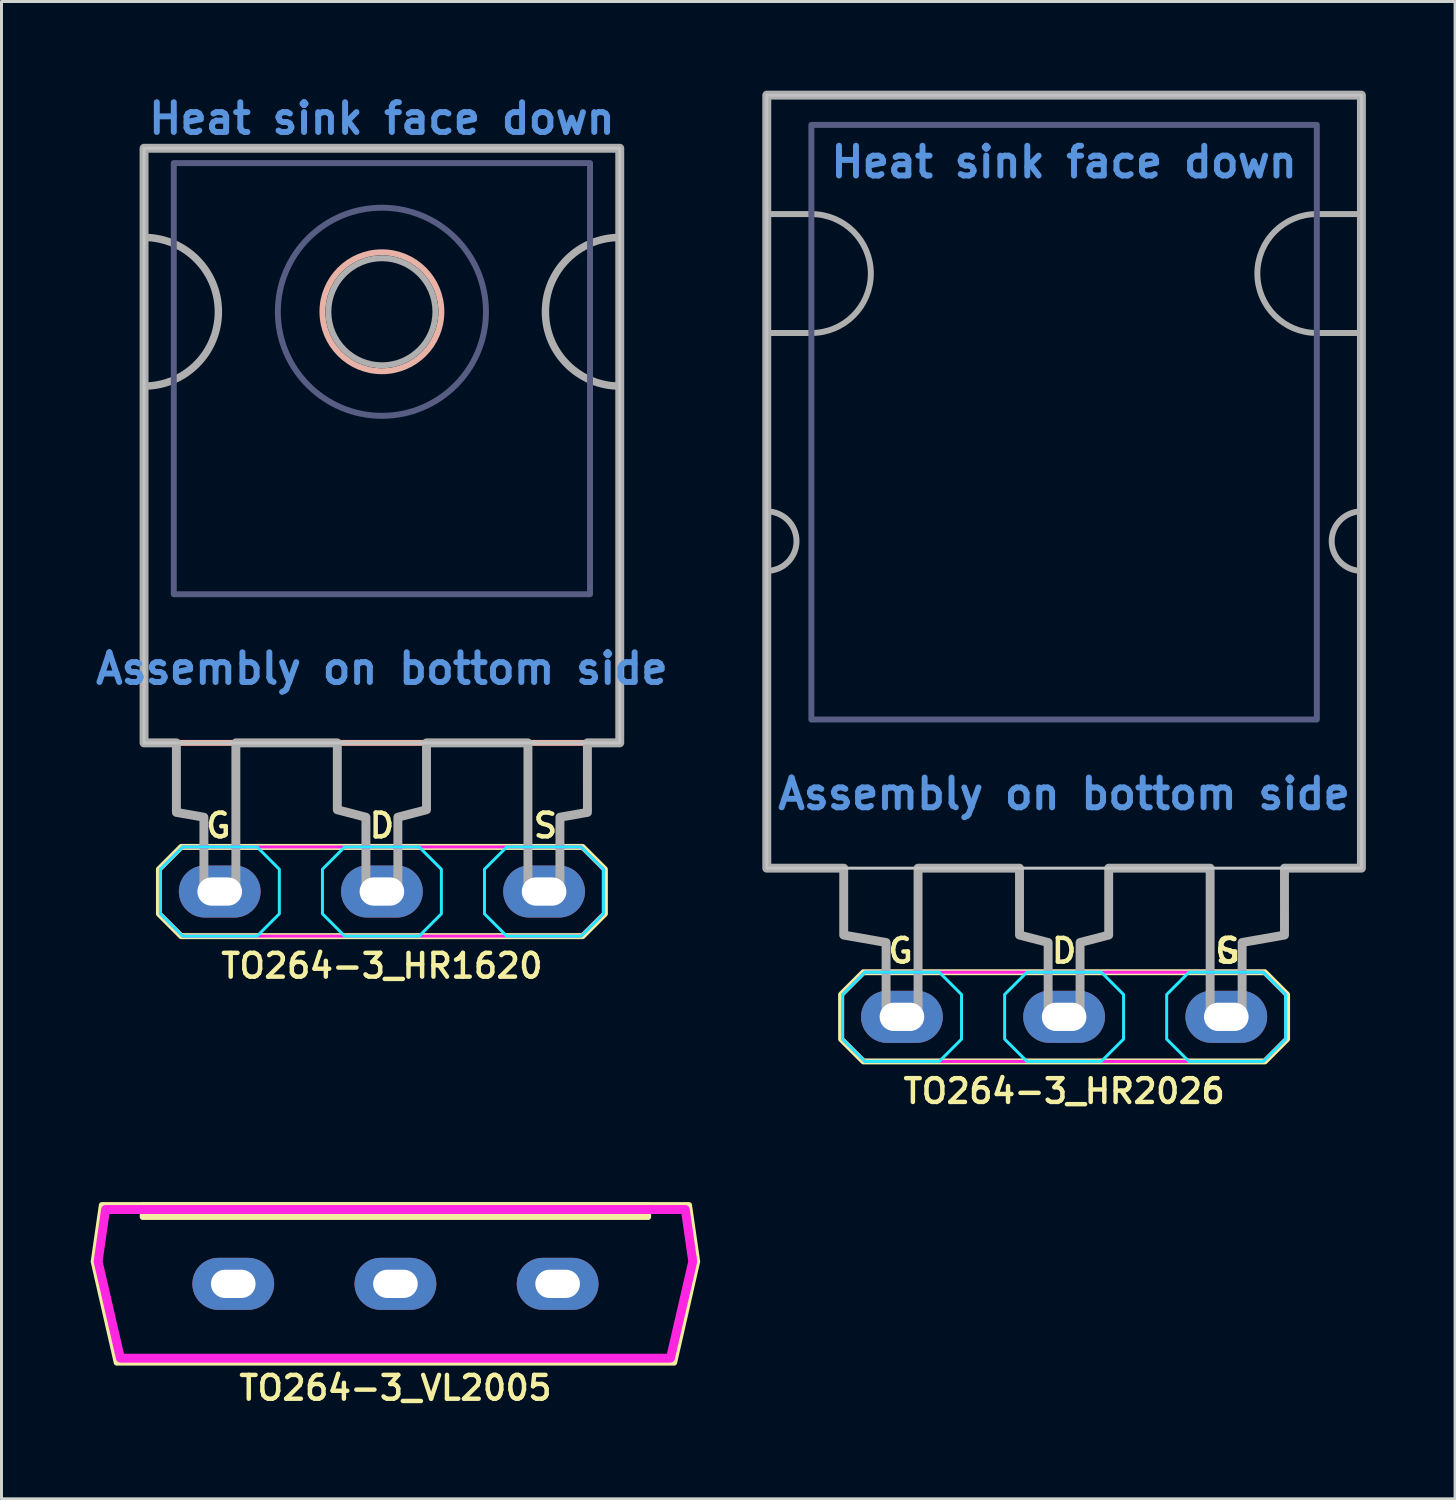
<source format=kicad_pcb>
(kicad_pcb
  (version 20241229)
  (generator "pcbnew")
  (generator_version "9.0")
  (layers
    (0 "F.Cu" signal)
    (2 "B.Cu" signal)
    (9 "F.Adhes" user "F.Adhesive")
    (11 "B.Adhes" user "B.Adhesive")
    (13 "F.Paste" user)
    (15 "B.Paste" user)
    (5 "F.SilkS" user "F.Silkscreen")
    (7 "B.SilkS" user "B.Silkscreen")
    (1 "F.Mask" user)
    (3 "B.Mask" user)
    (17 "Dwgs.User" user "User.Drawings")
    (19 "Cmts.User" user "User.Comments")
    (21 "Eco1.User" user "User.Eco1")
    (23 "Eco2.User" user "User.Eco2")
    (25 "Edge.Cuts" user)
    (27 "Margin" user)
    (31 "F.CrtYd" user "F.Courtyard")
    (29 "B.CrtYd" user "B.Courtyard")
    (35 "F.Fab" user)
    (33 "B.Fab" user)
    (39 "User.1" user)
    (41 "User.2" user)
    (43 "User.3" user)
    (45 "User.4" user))
  (footprint "TO264-3_HR2026"
    (layer "F.Cu")
    (at 32.74 31.15)
    (property "Reference" "TO264-3_HR2026" (at 0 2.5 0) (unlocked yes) (layer "F.SilkS") (effects (font (size 0.8 0.8) (thickness 0.15))))
    (attr through_hole)
    (fp_poly (pts (xy -7.5 -0.75) (xy -6.75 -1.5) (xy 6.75 -1.5) (xy 7.5 -0.75) (xy 7.5 0.75) (xy 6.75 1.5) (xy -6.75 1.5) (xy -7.5 0.75)) (stroke (width 0.2) (type solid)) (fill no) (layer "F.SilkS"))
    (fp_line (start -7.425 -2.75) (end -7.425 -3.75) (stroke (width 0.2) (type default)) (layer "B.SilkS"))
    (fp_line (start -6 -2.5) (end -7.425 -2.75) (stroke (width 0.2) (type default)) (layer "B.SilkS"))
    (fp_line (start -6 -1.25) (end -6 -2.5) (stroke (width 0.2) (type default)) (layer "B.SilkS"))
    (fp_line (start -4.9 -1.25) (end -4.9 -3.75) (stroke (width 0.2) (type default)) (layer "B.SilkS"))
    (fp_line (start -1.5 -2.75) (end -1.5 -3.75) (stroke (width 0.2) (type default)) (layer "B.SilkS"))
    (fp_line (start -0.55 -2.5) (end -1.5 -2.75) (stroke (width 0.2) (type default)) (layer "B.SilkS"))
    (fp_line (start -0.55 -1.25) (end -0.55 -2.5) (stroke (width 0.2) (type default)) (layer "B.SilkS"))
    (fp_line (start 0.55 -2.5) (end 1.5 -2.75) (stroke (width 0.2) (type default)) (layer "B.SilkS"))
    (fp_line (start 0.55 -1.25) (end 0.55 -2.5) (stroke (width 0.2) (type default)) (layer "B.SilkS"))
    (fp_line (start 1.5 -2.75) (end 1.5 -3.75) (stroke (width 0.2) (type default)) (layer "B.SilkS"))
    (fp_line (start 4.9 -1.25) (end 4.9 -3.75) (stroke (width 0.2) (type default)) (layer "B.SilkS"))
    (fp_line (start 6 -2.5) (end 7.425 -2.75) (stroke (width 0.2) (type default)) (layer "B.SilkS"))
    (fp_line (start 6 -1.25) (end 6 -2.5) (stroke (width 0.2) (type default)) (layer "B.SilkS"))
    (fp_line (start 7.425 -2.75) (end 7.425 -3.75) (stroke (width 0.2) (type default)) (layer "B.SilkS"))
    (fp_line (start -0.25 0) (end 0.25 0) (stroke (width 0.1) (type default)) (layer "Dwgs.User"))
    (fp_line (start 0 -0.25) (end 0 0.25) (stroke (width 0.1) (type default)) (layer "Dwgs.User"))
    (fp_poly (pts (xy 10 -5) (xy -10 -5) (xy -10 -31) (xy 10 -31)) (stroke (width 0.1) (type default)) (fill no) (layer "Dwgs.User"))
    (fp_poly (pts (xy -7.45 -0.75) (xy -6.7 -1.5) (xy -4.2 -1.5) (xy -3.45 -0.75) (xy -3.45 0.75) (xy -4.2 1.5) (xy -6.7 1.5) (xy -7.45 0.75)) (stroke (width 0.1) (type solid)) (fill no) (layer "B.CrtYd"))
    (fp_poly (pts (xy -2 -0.75) (xy -1.25 -1.5) (xy 1.25 -1.5) (xy 2 -0.75) (xy 2 0.75) (xy 1.25 1.5) (xy -1.25 1.5) (xy -2 0.75)) (stroke (width 0.1) (type solid)) (fill no) (layer "B.CrtYd"))
    (fp_poly (pts (xy 3.45 -0.75) (xy 4.2 -1.5) (xy 6.7 -1.5) (xy 7.45 -0.75) (xy 7.45 0.75) (xy 6.7 1.5) (xy 4.2 1.5) (xy 3.45 0.75)) (stroke (width 0.1) (type solid)) (fill no) (layer "B.CrtYd"))
    (fp_poly (pts (xy -7.45 -0.75) (xy -6.7 -1.5) (xy 6.7 -1.5) (xy 7.45 -0.75) (xy 7.45 0.75) (xy 6.7 1.5) (xy -6.7 1.5) (xy -7.45 0.75)) (stroke (width 0.1) (type solid)) (fill no) (layer "F.CrtYd"))
    (fp_rect (start -8.5 -30) (end 8.5 -10) (stroke (width 0.2) (type solid)) (fill no) (layer "B.Fab"))
    (fp_line (start -8.5 -27) (end -10 -27) (stroke (width 0.2) (type default)) (layer "F.Fab"))
    (fp_line (start -8.5 -23) (end -10 -23) (stroke (width 0.2) (type default)) (layer "F.Fab"))
    (fp_line (start 8.5 -27) (end 10 -27) (stroke (width 0.2) (type default)) (layer "F.Fab"))
    (fp_line (start 8.5 -23) (end 10 -23) (stroke (width 0.2) (type default)) (layer "F.Fab"))
    (fp_arc (start -10 -17) (mid -9 -16) (end -10 -15) (stroke (width 0.2) (type default)) (layer "F.Fab"))
    (fp_arc (start -8.5 -27) (mid -6.5 -25) (end -8.5 -23) (stroke (width 0.2) (type default)) (layer "F.Fab"))
    (fp_arc (start 8.5 -23) (mid 6.5 -25) (end 8.5 -27) (stroke (width 0.2) (type default)) (layer "F.Fab"))
    (fp_arc (start 10 -15) (mid 9 -16) (end 10 -17) (stroke (width 0.2) (type default)) (layer "F.Fab"))
    (fp_poly (pts (xy 10 -31) (xy 10 -5) (xy 7.412 -5) (xy 7.413 -2.75) (xy 5.988 -2.5) (xy 5.987 0) (xy 4.912 0) (xy 4.912 -5) (xy 1.5 -5) (xy 1.5 -2.75) (xy 0.537 -2.5) (xy 0.537 0.000001) (xy -0.537 -0.000001) (xy -0.537 -2.5) (xy -1.5 -2.75) (xy -1.5 -5) (xy -4.912 -5) (xy -4.912 0) (xy -5.987 0) (xy -5.987 -2.5) (xy -7.412 -2.75) (xy -7.412 -5) (xy -10 -5) (xy -10 -31)) (stroke (width 0.3) (type solid)) (fill no) (layer "F.Fab"))
    (fp_text user "S" (at 5.5 -1.75 0) (unlocked yes) (layer "F.SilkS") (effects (font (size 0.8 0.8) (thickness 0.15) (bold yes)) (justify bottom)))
    (fp_text user "G" (at -5.5 -1.75 0) (unlocked yes) (layer "F.SilkS") (effects (font (size 0.8 0.8) (thickness 0.15) (bold yes)) (justify bottom)))
    (fp_text user "G" (at 5.5 -1.75 0) (unlocked yes) (layer "F.SilkS") (effects (font (size 0.8 0.8) (thickness 0.15) (bold yes)) (justify bottom)))
    (fp_text user "D" (at 0 -1.75 0) (unlocked yes) (layer "F.SilkS") (effects (font (size 0.8 0.8) (thickness 0.15) (bold yes)) (justify bottom)))
    (fp_text user "Assembly on bottom side" (at 0 -7.5 0) (unlocked yes) (layer "Cmts.User") (effects (font (size 1 1) (thickness 0.2) (bold yes))))
    (fp_text user "Heat sink face down" (at 0 -28.75 0) (unlocked yes) (layer "Cmts.User") (effects (font (size 1 1) (thickness 0.2) (bold yes))))
    (pad "D" thru_hole oval (at 0 0) (size 2.75 1.75) (drill oval 1.5 0.95) (layers "*.Cu" "*.Mask"))
    (pad "G" thru_hole oval (at -5.455 0) (size 2.75 1.75) (drill oval 1.5 0.95) (layers "*.Cu" "*.Mask"))
    (pad "S" thru_hole oval (at 5.455 0) (size 2.75 1.75) (drill oval 1.5 0.95) (layers "*.Cu" "*.Mask")))
  (footprint "TO264-3_VL2005"
    (layer "F.Cu")
    (at 10.25 40.131)
    (property "Reference" "TO264-3_VL2005" (at 0 3.5 0) (unlocked yes) (layer "F.SilkS") (effects (font (size 0.8 0.8) (thickness 0.15))))
    (attr through_hole)
    (fp_rect (start -8.5 -2.65) (end 8.5 -2.25) (stroke (width 0.2) (type solid)) (fill yes) (layer "F.SilkS"))
    (fp_poly (pts (xy -10.15 -0.75) (xy -9.875 -2.65) (xy 9.875 -2.65) (xy 10.15 -0.75) (xy 9.375 2.65) (xy -9.375 2.65)) (stroke (width 0.2) (type solid)) (fill no) (layer "F.SilkS"))
    (fp_line (start -0.25 0) (end 0.25 0) (stroke (width 0.1) (type default)) (layer "Dwgs.User"))
    (fp_line (start 0 -0.25) (end 0 0.25) (stroke (width 0.1) (type default)) (layer "Dwgs.User"))
    (fp_poly (pts (xy -9.75 -2.5) (xy -10 -0.75) (xy -9.25 2.5) (xy 9.25 2.5) (xy 10 -0.75) (xy 9.75 -2.5)) (stroke (width 0.3) (type solid)) (fill no) (layer "F.CrtYd"))
    (pad "D" thru_hole oval (at 0 0) (size 2.75 1.75) (drill oval 1.5 0.95) (layers "*.Cu" "*.Mask"))
    (pad "G" thru_hole oval (at -5.455 0) (size 2.75 1.75) (drill oval 1.5 0.95) (layers "*.Cu" "*.Mask"))
    (pad "S" thru_hole oval (at 5.455 0) (size 2.75 1.75) (drill oval 1.5 0.95) (layers "*.Cu" "*.Mask")))
  (footprint "TO264-3_HR1620"
    (layer "F.Cu")
    (at 9.795 26.936)
    (property "Reference" "TO264-3_HR1620" (at 0 2.5 0) (unlocked yes) (layer "F.SilkS") (effects (font (size 0.8 0.8) (thickness 0.15))))
    (attr through_hole)
    (fp_poly (pts (xy -7.5 -0.75) (xy -6.75 -1.5) (xy 6.75 -1.5) (xy 7.5 -0.75) (xy 7.5 0.75) (xy 6.75 1.5) (xy -6.75 1.5) (xy -7.5 0.75)) (stroke (width 0.2) (type solid)) (fill no) (layer "F.SilkS"))
    (fp_line (start -6.9 -2.65) (end -6.9 -3.75) (stroke (width 0.2) (type default)) (layer "B.SilkS"))
    (fp_line (start -6 -2.5) (end -6.9 -2.65) (stroke (width 0.2) (type default)) (layer "B.SilkS"))
    (fp_line (start -6 -1.25) (end -6 -2.5) (stroke (width 0.2) (type default)) (layer "B.SilkS"))
    (fp_line (start -4.9 -1.25) (end -4.9 -3.75) (stroke (width 0.2) (type default)) (layer "B.SilkS"))
    (fp_line (start -1.5 -2.75) (end -1.5 -3.75) (stroke (width 0.2) (type default)) (layer "B.SilkS"))
    (fp_line (start -0.55 -2.5) (end -1.5 -2.75) (stroke (width 0.2) (type default)) (layer "B.SilkS"))
    (fp_line (start -0.55 -1.25) (end -0.55 -2.5) (stroke (width 0.2) (type default)) (layer "B.SilkS"))
    (fp_line (start 0.55 -2.5) (end 1.5 -2.75) (stroke (width 0.2) (type default)) (layer "B.SilkS"))
    (fp_line (start 0.55 -1.25) (end 0.55 -2.5) (stroke (width 0.2) (type default)) (layer "B.SilkS"))
    (fp_line (start 1.5 -2.75) (end 1.5 -3.75) (stroke (width 0.2) (type default)) (layer "B.SilkS"))
    (fp_line (start 4.9 -1.25) (end 4.9 -3.75) (stroke (width 0.2) (type default)) (layer "B.SilkS"))
    (fp_line (start 6 -2.5) (end 6.9 -2.65) (stroke (width 0.2) (type default)) (layer "B.SilkS"))
    (fp_line (start 6 -1.25) (end 6 -2.5) (stroke (width 0.2) (type default)) (layer "B.SilkS"))
    (fp_line (start 6.9 -2.65) (end 6.9 -3.75) (stroke (width 0.2) (type default)) (layer "B.SilkS"))
    (fp_rect (start -8 -25) (end 8 -5) (stroke (width 0.2) (type default)) (fill no) (layer "B.SilkS"))
    (fp_circle (center 0 -19.5) (end 2 -19.5) (stroke (width 0.2) (type default)) (fill no) (layer "B.SilkS"))
    (fp_line (start -0.25 0) (end 0.25 0) (stroke (width 0.1) (type default)) (layer "Dwgs.User"))
    (fp_line (start 0 -0.25) (end 0 0.25) (stroke (width 0.1) (type default)) (layer "Dwgs.User"))
    (fp_rect (start -8 -25) (end 8 -5) (stroke (width 0.1) (type default)) (fill no) (layer "Dwgs.User"))
    (fp_poly (pts (xy -7.45 -0.75) (xy -6.7 -1.5) (xy -4.2 -1.5) (xy -3.45 -0.75) (xy -3.45 0.75) (xy -4.2 1.5) (xy -6.7 1.5) (xy -7.45 0.75)) (stroke (width 0.1) (type solid)) (fill no) (layer "B.CrtYd"))
    (fp_poly (pts (xy -2 -0.75) (xy -1.25 -1.5) (xy 1.25 -1.5) (xy 2 -0.75) (xy 2 0.75) (xy 1.25 1.5) (xy -1.25 1.5) (xy -2 0.75)) (stroke (width 0.1) (type solid)) (fill no) (layer "B.CrtYd"))
    (fp_poly (pts (xy 3.45 -0.75) (xy 4.2 -1.5) (xy 6.7 -1.5) (xy 7.45 -0.75) (xy 7.45 0.75) (xy 6.7 1.5) (xy 4.2 1.5) (xy 3.45 0.75)) (stroke (width 0.1) (type solid)) (fill no) (layer "B.CrtYd"))
    (fp_poly (pts (xy -7.45 -0.75) (xy -6.7 -1.5) (xy 6.7 -1.5) (xy 7.45 -0.75) (xy 7.45 0.75) (xy 6.7 1.5) (xy -6.7 1.5) (xy -7.45 0.75)) (stroke (width 0.1) (type solid)) (fill no) (layer "F.CrtYd"))
    (fp_rect (start -7 -24.5) (end 7 -10) (stroke (width 0.2) (type solid)) (fill no) (layer "B.Fab"))
    (fp_circle (center 0 -19.5) (end 3.5 -19.5) (stroke (width 0.2) (type default)) (fill no) (layer "B.Fab"))
    (fp_arc (start -8 -22) (mid -5.5 -19.5) (end -8 -17) (stroke (width 0.25) (type default)) (layer "F.Fab"))
    (fp_arc (start 8 -17) (mid 5.5 -19.5) (end 8 -22) (stroke (width 0.25) (type default)) (layer "F.Fab"))
    (fp_circle (center 0 -19.5) (end 1.8 -19.5) (stroke (width 0.2) (type default)) (fill no) (layer "F.Fab"))
    (fp_poly (pts (xy 8 -25) (xy 8 -5) (xy 6.912 -5) (xy 6.913 -2.662) (xy 5.988 -2.5) (xy 5.987 0) (xy 4.912 0) (xy 4.912 -5) (xy 1.5 -5) (xy 1.5 -2.75) (xy 0.537 -2.5) (xy 0.537 0.000001) (xy -0.537 -0.000001) (xy -0.537 -2.5) (xy -1.5 -2.75) (xy -1.5 -5) (xy -4.912 -5) (xy -4.912 0) (xy -5.987 0) (xy -5.987 -2.5) (xy -6.912 -2.662) (xy -6.912 -5) (xy -8 -5) (xy -8 -25)) (stroke (width 0.3) (type solid)) (fill no) (layer "F.Fab"))
    (fp_text user "S" (at 5.5 -1.75 0) (unlocked yes) (layer "F.SilkS") (effects (font (size 0.8 0.8) (thickness 0.15) (bold yes)) (justify bottom)))
    (fp_text user "D" (at 0 -1.75 0) (unlocked yes) (layer "F.SilkS") (effects (font (size 0.8 0.8) (thickness 0.15) (bold yes)) (justify bottom)))
    (fp_text user "G" (at -5.5 -1.75 0) (unlocked yes) (layer "F.SilkS") (effects (font (size 0.8 0.8) (thickness 0.15) (bold yes)) (justify bottom)))
    (fp_text user "Assembly on bottom side" (at 0 -7.5 0) (unlocked yes) (layer "Cmts.User") (effects (font (size 1 1) (thickness 0.2) (bold yes))))
    (fp_text user "Heat sink face down" (at 0 -26 0) (unlocked yes) (layer "Cmts.User") (effects (font (size 1 1) (thickness 0.2) (bold yes))))
    (pad "D" thru_hole oval (at 0 0) (size 2.75 1.75) (drill oval 1.5 0.95) (layers "*.Cu" "*.Mask"))
    (pad "G" thru_hole oval (at -5.455 0) (size 2.75 1.75) (drill oval 1.5 0.95) (layers "*.Cu" "*.Mask"))
    (pad "S" thru_hole oval (at 5.455 0) (size 2.75 1.75) (drill oval 1.5 0.95) (layers "*.Cu" "*.Mask")))
  (gr_rect
    (start -3 -3)
    (end 45.89 47.362)
    (stroke (width 0.1) (type default))
    (fill no)
    (layer "Edge.Cuts")))
</source>
